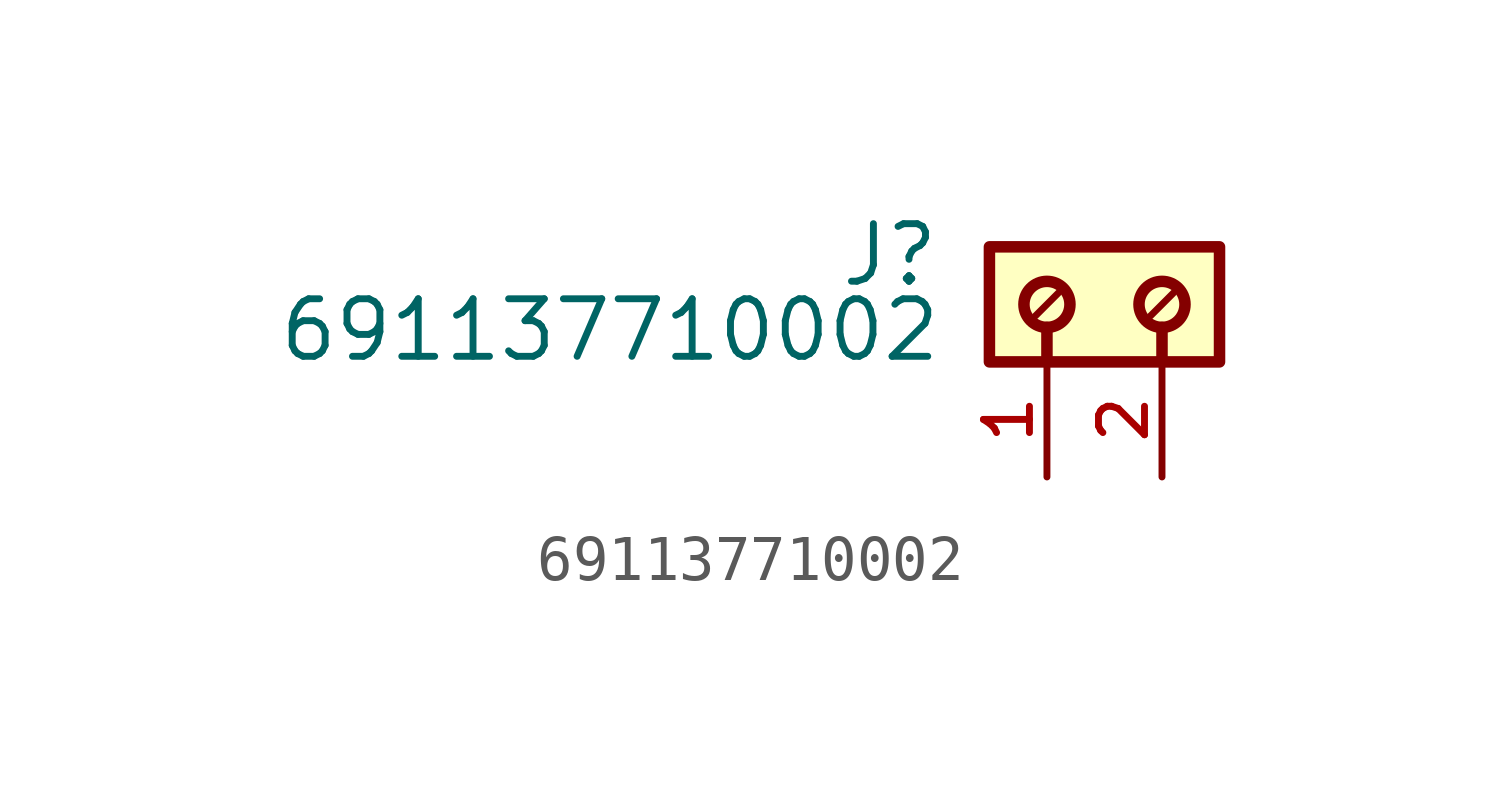
<source format=kicad_sym>
(kicad_symbol_lib
  (version 20231120)
  (generator "kicad_symbol_editor")
  (generator_version "8.0")
  (symbol "691137710002"
    (pin_names
      (offset 1.016))
    (property "Reference" "J"
      (at -4.88 -0.922 0)
      (effects (font (size 1.27 1.27)) (justify right bottom)))
    (property "Value" "691137710002"
      (at -4.83 -2.58 0)
      (effects (font (size 1.27 1.27)) (justify right bottom)))
    (symbol "691137710002_0_0"
      (rectangle (start -3.81 -2.54) (end 1.27 0) (stroke (width 0.254) (type default)) (fill (type background)))
      (circle (center -2.54 -1.27) (radius 0.508) (stroke (width 0.254) (type default)) (fill (type none)))
      (circle (center 0 -1.27) (radius 0.508) (stroke (width 0.254) (type default)) (fill (type none)))
      (polyline (pts (xy -2.54 -1.778) (xy -2.54 -2.54)) (stroke (width 0.254) (type default)) (fill (type none)))
      (polyline (pts (xy -2.286 -1.016) (xy -2.794 -1.524)) (stroke (width 0.152) (type default)) (fill (type none)))
      (polyline (pts (xy 0 -1.778) (xy 0 -2.54)) (stroke (width 0.254) (type default)) (fill (type none)))
      (polyline (pts (xy 0.254 -1.016) (xy -0.254 -1.524)) (stroke (width 0.152) (type default)) (fill (type none)))
      (pin passive line (at -2.54 -5.08 90) (length 2.54) (name "~" (effects (font (size 1.016 1.016)))) (number "1" (effects (font (size 1.016 1.016)))))
      (pin passive line (at 0 -5.08 90) (length 2.54) (name "~" (effects (font (size 1.016 1.016)))) (number "2" (effects (font (size 1.016 1.016))))))))
</source>
